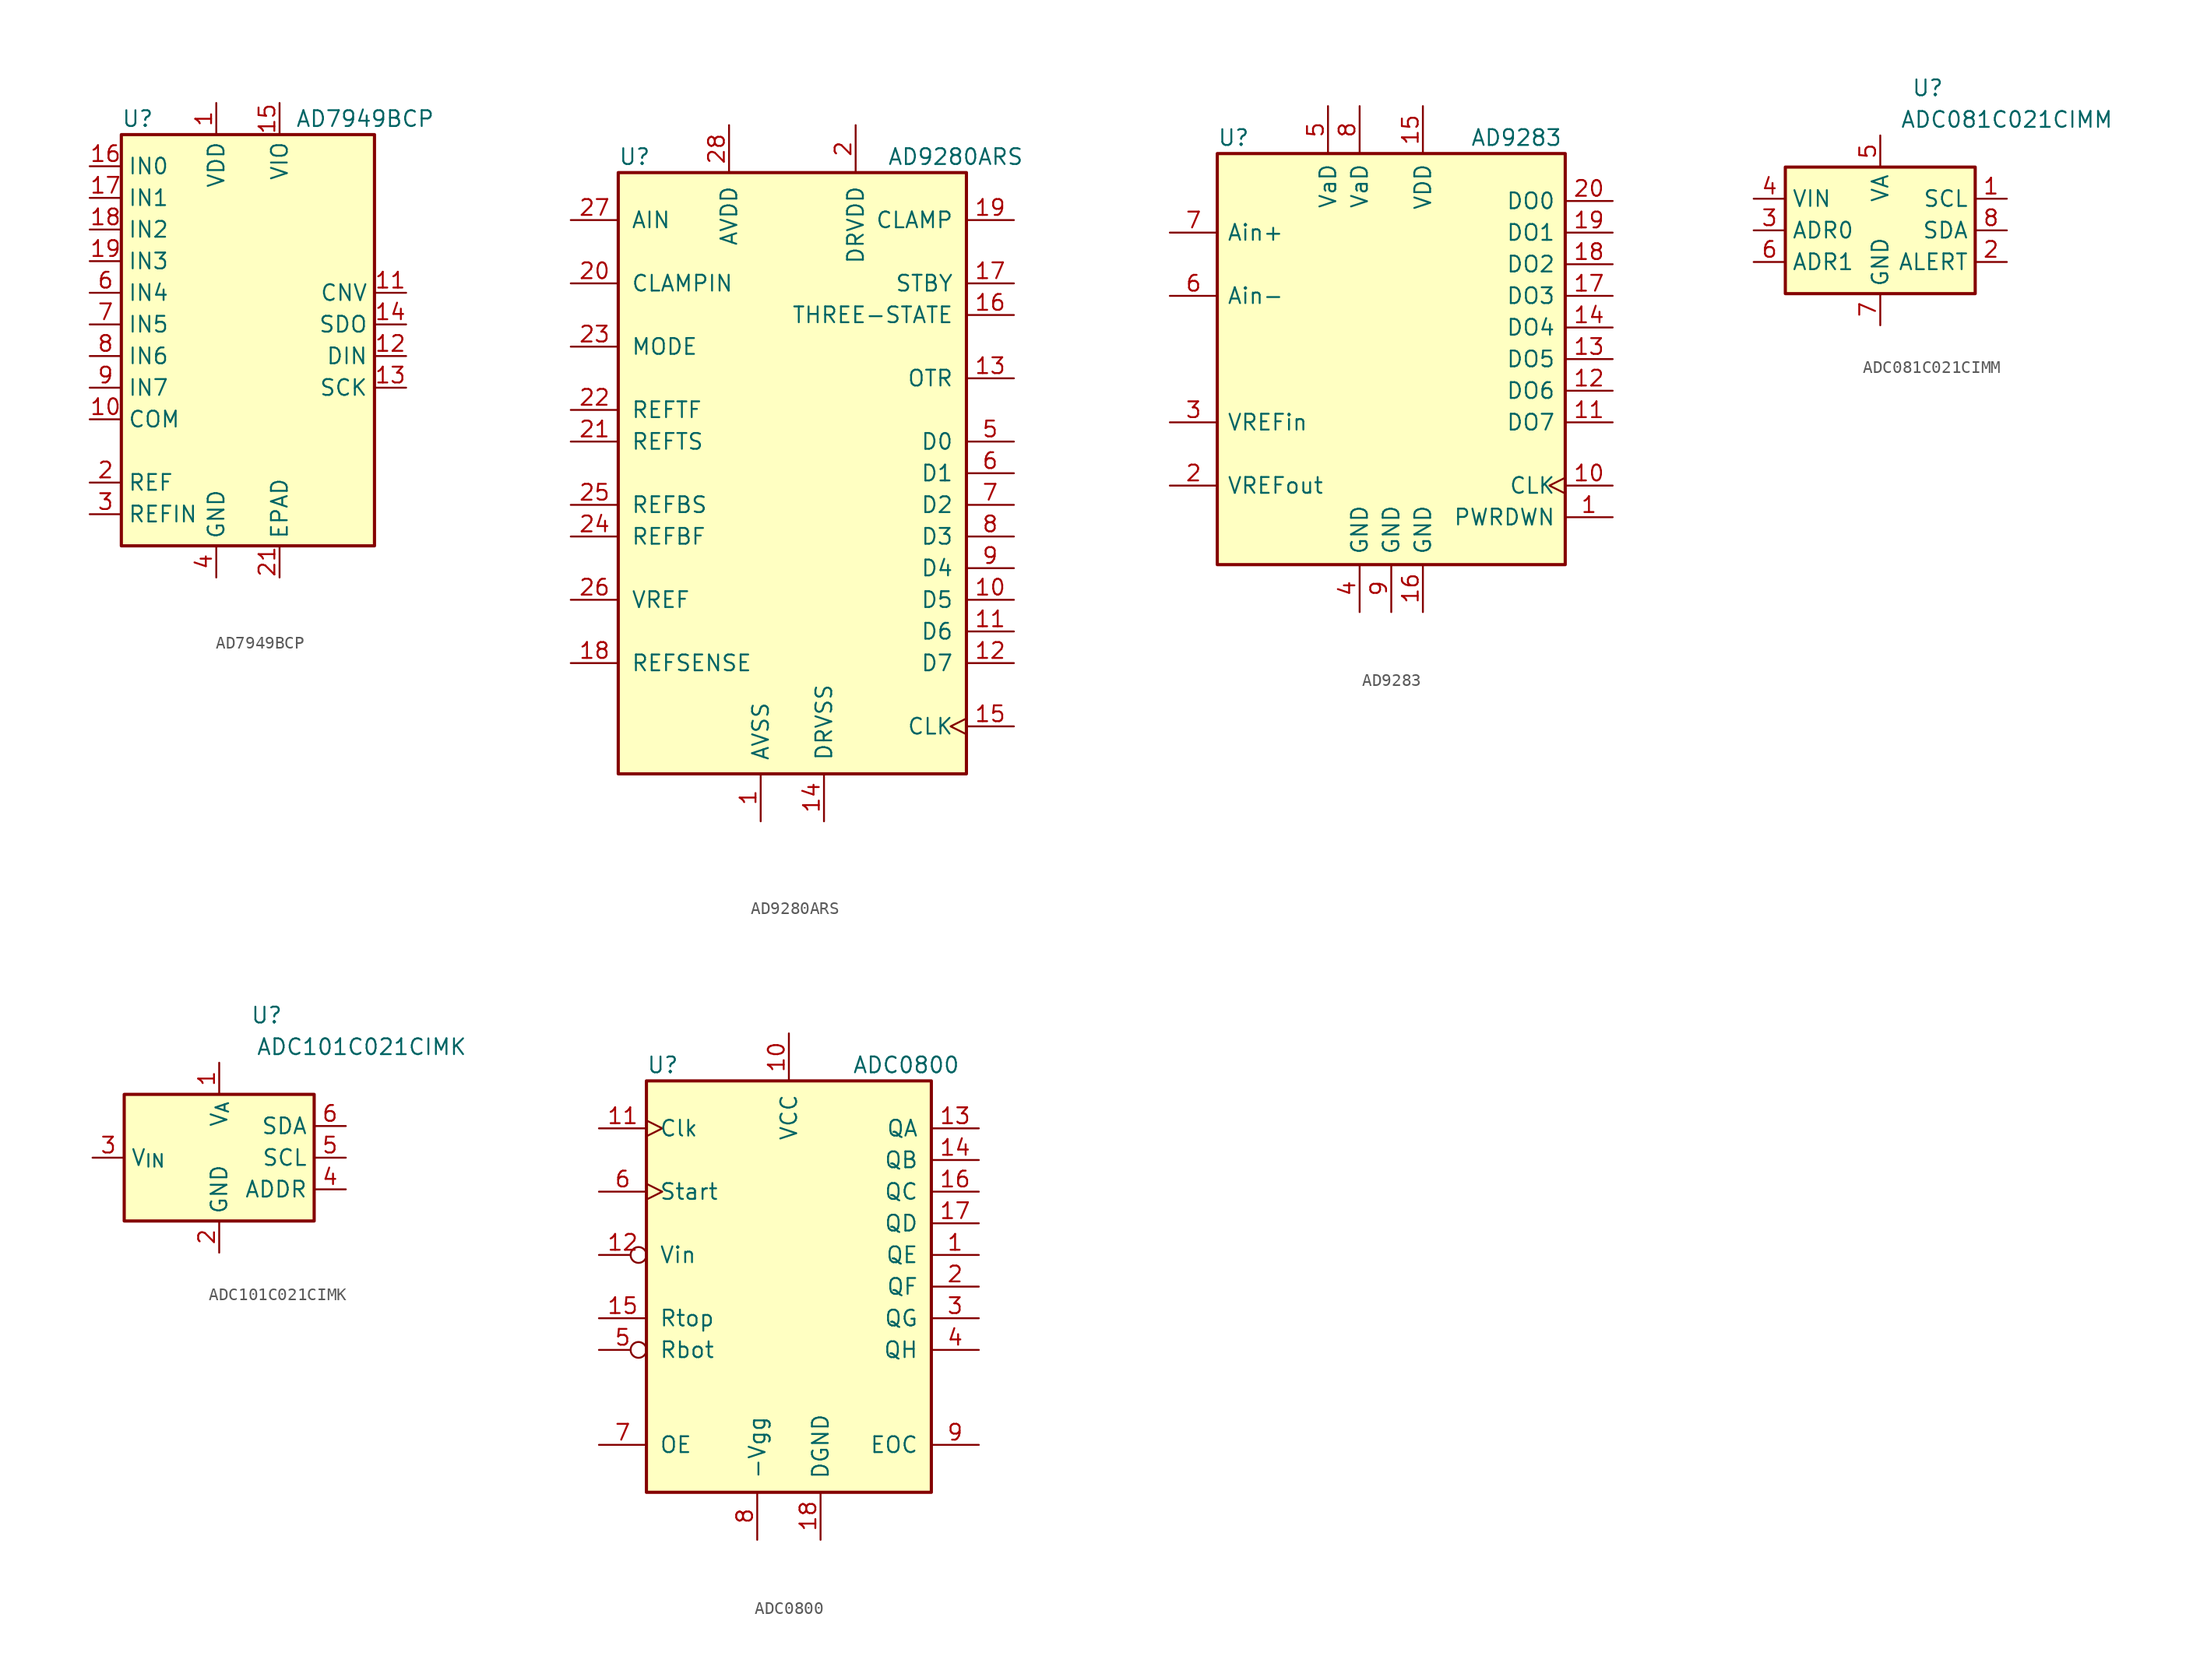
<source format=kicad_sym>
(kicad_symbol_lib
  (version 20211014)
  (generator kicad_symbol_editor)
  (symbol "AD7949BCP"
    (property "Reference" "U"
      (at -10.16 16.51 0)
      (effects (font (size 1.27 1.27)) (justify left)))
    (property "Value" "AD7949BCP"
      (at 3.81 16.51 0)
      (effects (font (size 1.27 1.27)) (justify left)))
    (symbol "AD7949BCP_0_1"
      (rectangle (start -10.16 15.24) (end 10.16 -17.78) (stroke (width 0.254) (type default) (color 0 0 0 0)) (fill (type background))))
    (symbol "AD7949BCP_1_1"
      (pin power_in line (at -2.54 17.78 270) (length 2.54) (name "VDD" (effects (font (size 1.27 1.27)))) (number "1" (effects (font (size 1.27 1.27)))))
      (pin input line (at -12.7 -7.62 0) (length 2.54) (name "COM" (effects (font (size 1.27 1.27)))) (number "10" (effects (font (size 1.27 1.27)))))
      (pin input line (at 12.7 2.54 180) (length 2.54) (name "CNV" (effects (font (size 1.27 1.27)))) (number "11" (effects (font (size 1.27 1.27)))))
      (pin input line (at 12.7 -2.54 180) (length 2.54) (name "DIN" (effects (font (size 1.27 1.27)))) (number "12" (effects (font (size 1.27 1.27)))))
      (pin input line (at 12.7 -5.08 180) (length 2.54) (name "SCK" (effects (font (size 1.27 1.27)))) (number "13" (effects (font (size 1.27 1.27)))))
      (pin output line (at 12.7 0 180) (length 2.54) (name "SDO" (effects (font (size 1.27 1.27)))) (number "14" (effects (font (size 1.27 1.27)))))
      (pin power_in line (at 2.54 17.78 270) (length 2.54) (name "VIO" (effects (font (size 1.27 1.27)))) (number "15" (effects (font (size 1.27 1.27)))))
      (pin input line (at -12.7 12.7 0) (length 2.54) (name "IN0" (effects (font (size 1.27 1.27)))) (number "16" (effects (font (size 1.27 1.27)))))
      (pin input line (at -12.7 10.16 0) (length 2.54) (name "IN1" (effects (font (size 1.27 1.27)))) (number "17" (effects (font (size 1.27 1.27)))))
      (pin input line (at -12.7 7.62 0) (length 2.54) (name "IN2" (effects (font (size 1.27 1.27)))) (number "18" (effects (font (size 1.27 1.27)))))
      (pin input line (at -12.7 5.08 0) (length 2.54) (name "IN3" (effects (font (size 1.27 1.27)))) (number "19" (effects (font (size 1.27 1.27)))))
      (pin passive line (at -12.7 -12.7 0) (length 2.54) (name "REF" (effects (font (size 1.27 1.27)))) (number "2" (effects (font (size 1.27 1.27)))))
      (pin passive line (at -2.54 17.78 270) (length 2.54) hide (name "VDD" (effects (font (size 1.27 1.27)))) (number "20" (effects (font (size 1.27 1.27)))))
      (pin power_in line (at 2.54 -20.32 90) (length 2.54) (name "EPAD" (effects (font (size 1.27 1.27)))) (number "21" (effects (font (size 1.27 1.27)))))
      (pin passive line (at -12.7 -15.24 0) (length 2.54) (name "REFIN" (effects (font (size 1.27 1.27)))) (number "3" (effects (font (size 1.27 1.27)))))
      (pin power_in line (at -2.54 -20.32 90) (length 2.54) (name "GND" (effects (font (size 1.27 1.27)))) (number "4" (effects (font (size 1.27 1.27)))))
      (pin passive line (at -2.54 -20.32 90) (length 2.54) hide (name "GND" (effects (font (size 1.27 1.27)))) (number "5" (effects (font (size 1.27 1.27)))))
      (pin input line (at -12.7 2.54 0) (length 2.54) (name "IN4" (effects (font (size 1.27 1.27)))) (number "6" (effects (font (size 1.27 1.27)))))
      (pin input line (at -12.7 0 0) (length 2.54) (name "IN5" (effects (font (size 1.27 1.27)))) (number "7" (effects (font (size 1.27 1.27)))))
      (pin input line (at -12.7 -2.54 0) (length 2.54) (name "IN6" (effects (font (size 1.27 1.27)))) (number "8" (effects (font (size 1.27 1.27)))))
      (pin input line (at -12.7 -5.08 0) (length 2.54) (name "IN7" (effects (font (size 1.27 1.27)))) (number "9" (effects (font (size 1.27 1.27)))))))
  (symbol "AD9280ARS"
    (pin_names
      (offset 1.016))
    (property "Reference" "U"
      (at -13.97 25.4 0)
      (effects (font (size 1.27 1.27)) (justify left)))
    (property "Value" "AD9280ARS"
      (at 7.62 25.4 0)
      (effects (font (size 1.27 1.27)) (justify left)))
    (symbol "AD9280ARS_0_1"
      (rectangle (start -13.97 24.13) (end 13.97 -24.13) (stroke (width 0.254) (type default) (color 0 0 0 0)) (fill (type background))))
    (symbol "AD9280ARS_1_1"
      (pin power_in line (at -2.54 -27.94 90) (length 3.81) (name "AVSS" (effects (font (size 1.27 1.27)))) (number "1" (effects (font (size 1.27 1.27)))))
      (pin output line (at 17.78 -10.16 180) (length 3.81) (name "D5" (effects (font (size 1.27 1.27)))) (number "10" (effects (font (size 1.27 1.27)))))
      (pin output line (at 17.78 -12.7 180) (length 3.81) (name "D6" (effects (font (size 1.27 1.27)))) (number "11" (effects (font (size 1.27 1.27)))))
      (pin output line (at 17.78 -15.24 180) (length 3.81) (name "D7" (effects (font (size 1.27 1.27)))) (number "12" (effects (font (size 1.27 1.27)))))
      (pin output line (at 17.78 7.62 180) (length 3.81) (name "OTR" (effects (font (size 1.27 1.27)))) (number "13" (effects (font (size 1.27 1.27)))))
      (pin power_in line (at 2.54 -27.94 90) (length 3.81) (name "DRVSS" (effects (font (size 1.27 1.27)))) (number "14" (effects (font (size 1.27 1.27)))))
      (pin input clock (at 17.78 -20.32 180) (length 3.81) (name "CLK" (effects (font (size 1.27 1.27)))) (number "15" (effects (font (size 1.27 1.27)))))
      (pin input line (at 17.78 12.7 180) (length 3.81) (name "THREE-STATE" (effects (font (size 1.27 1.27)))) (number "16" (effects (font (size 1.27 1.27)))))
      (pin passive line (at 17.78 15.24 180) (length 3.81) (name "STBY" (effects (font (size 1.27 1.27)))) (number "17" (effects (font (size 1.27 1.27)))))
      (pin input line (at -17.78 -15.24 0) (length 3.81) (name "REFSENSE" (effects (font (size 1.27 1.27)))) (number "18" (effects (font (size 1.27 1.27)))))
      (pin passive line (at 17.78 20.32 180) (length 3.81) (name "CLAMP" (effects (font (size 1.27 1.27)))) (number "19" (effects (font (size 1.27 1.27)))))
      (pin power_in line (at 5.08 27.94 270) (length 3.81) (name "DRVDD" (effects (font (size 1.27 1.27)))) (number "2" (effects (font (size 1.27 1.27)))))
      (pin input line (at -17.78 15.24 0) (length 3.81) (name "CLAMPIN" (effects (font (size 1.27 1.27)))) (number "20" (effects (font (size 1.27 1.27)))))
      (pin input line (at -17.78 2.54 0) (length 3.81) (name "REFTS" (effects (font (size 1.27 1.27)))) (number "21" (effects (font (size 1.27 1.27)))))
      (pin input line (at -17.78 5.08 0) (length 3.81) (name "REFTF" (effects (font (size 1.27 1.27)))) (number "22" (effects (font (size 1.27 1.27)))))
      (pin input line (at -17.78 10.16 0) (length 3.81) (name "MODE" (effects (font (size 1.27 1.27)))) (number "23" (effects (font (size 1.27 1.27)))))
      (pin input line (at -17.78 -5.08 0) (length 3.81) (name "REFBF" (effects (font (size 1.27 1.27)))) (number "24" (effects (font (size 1.27 1.27)))))
      (pin input line (at -17.78 -2.54 0) (length 3.81) (name "REFBS" (effects (font (size 1.27 1.27)))) (number "25" (effects (font (size 1.27 1.27)))))
      (pin output line (at -17.78 -10.16 0) (length 3.81) (name "VREF" (effects (font (size 1.27 1.27)))) (number "26" (effects (font (size 1.27 1.27)))))
      (pin input line (at -17.78 20.32 0) (length 3.81) (name "AIN" (effects (font (size 1.27 1.27)))) (number "27" (effects (font (size 1.27 1.27)))))
      (pin power_in line (at -5.08 27.94 270) (length 3.81) (name "AVDD" (effects (font (size 1.27 1.27)))) (number "28" (effects (font (size 1.27 1.27)))))
      (pin output line (at 17.78 2.54 180) (length 3.81) (name "D0" (effects (font (size 1.27 1.27)))) (number "5" (effects (font (size 1.27 1.27)))))
      (pin output line (at 17.78 0 180) (length 3.81) (name "D1" (effects (font (size 1.27 1.27)))) (number "6" (effects (font (size 1.27 1.27)))))
      (pin output line (at 17.78 -2.54 180) (length 3.81) (name "D2" (effects (font (size 1.27 1.27)))) (number "7" (effects (font (size 1.27 1.27)))))
      (pin output line (at 17.78 -5.08 180) (length 3.81) (name "D3" (effects (font (size 1.27 1.27)))) (number "8" (effects (font (size 1.27 1.27)))))
      (pin output line (at 17.78 -7.62 180) (length 3.81) (name "D4" (effects (font (size 1.27 1.27)))) (number "9" (effects (font (size 1.27 1.27)))))))
  (symbol "AD9283"
    (pin_names
      (offset 0.762))
    (property "Reference" "U"
      (at -13.97 17.78 0)
      (effects (font (size 1.27 1.27)) (justify left)))
    (property "Value" "AD9283"
      (at 6.35 17.78 0)
      (effects (font (size 1.27 1.27)) (justify left)))
    (symbol "AD9283_0_1"
      (rectangle (start -13.97 16.51) (end 13.97 -16.51) (stroke (width 0.254) (type default) (color 0 0 0 0)) (fill (type background))))
    (symbol "AD9283_1_1"
      (pin input line (at 17.78 -12.7 180) (length 3.81) (name "PWRDWN" (effects (font (size 1.27 1.27)))) (number "1" (effects (font (size 1.27 1.27)))))
      (pin input clock (at 17.78 -10.16 180) (length 3.81) (name "CLK" (effects (font (size 1.27 1.27)))) (number "10" (effects (font (size 1.27 1.27)))))
      (pin output line (at 17.78 -5.08 180) (length 3.81) (name "DO7" (effects (font (size 1.27 1.27)))) (number "11" (effects (font (size 1.27 1.27)))))
      (pin output line (at 17.78 -2.54 180) (length 3.81) (name "DO6" (effects (font (size 1.27 1.27)))) (number "12" (effects (font (size 1.27 1.27)))))
      (pin output line (at 17.78 0 180) (length 3.81) (name "DO5" (effects (font (size 1.27 1.27)))) (number "13" (effects (font (size 1.27 1.27)))))
      (pin output line (at 17.78 2.54 180) (length 3.81) (name "DO4" (effects (font (size 1.27 1.27)))) (number "14" (effects (font (size 1.27 1.27)))))
      (pin power_in line (at 2.54 20.32 270) (length 3.81) (name "VDD" (effects (font (size 1.27 1.27)))) (number "15" (effects (font (size 1.27 1.27)))))
      (pin power_in line (at 2.54 -20.32 90) (length 3.81) (name "GND" (effects (font (size 1.27 1.27)))) (number "16" (effects (font (size 1.27 1.27)))))
      (pin output line (at 17.78 5.08 180) (length 3.81) (name "DO3" (effects (font (size 1.27 1.27)))) (number "17" (effects (font (size 1.27 1.27)))))
      (pin output line (at 17.78 7.62 180) (length 3.81) (name "DO2" (effects (font (size 1.27 1.27)))) (number "18" (effects (font (size 1.27 1.27)))))
      (pin output line (at 17.78 10.16 180) (length 3.81) (name "DO1" (effects (font (size 1.27 1.27)))) (number "19" (effects (font (size 1.27 1.27)))))
      (pin input line (at -17.78 -10.16 0) (length 3.81) (name "VREFout" (effects (font (size 1.27 1.27)))) (number "2" (effects (font (size 1.27 1.27)))))
      (pin output line (at 17.78 12.7 180) (length 3.81) (name "DO0" (effects (font (size 1.27 1.27)))) (number "20" (effects (font (size 1.27 1.27)))))
      (pin input line (at -17.78 -5.08 0) (length 3.81) (name "VREFin" (effects (font (size 1.27 1.27)))) (number "3" (effects (font (size 1.27 1.27)))))
      (pin power_in line (at -2.54 -20.32 90) (length 3.81) (name "GND" (effects (font (size 1.27 1.27)))) (number "4" (effects (font (size 1.27 1.27)))))
      (pin power_in line (at -5.08 20.32 270) (length 3.81) (name "VaD" (effects (font (size 1.27 1.27)))) (number "5" (effects (font (size 1.27 1.27)))))
      (pin input line (at -17.78 5.08 0) (length 3.81) (name "Ain-" (effects (font (size 1.27 1.27)))) (number "6" (effects (font (size 1.27 1.27)))))
      (pin input line (at -17.78 10.16 0) (length 3.81) (name "Ain+" (effects (font (size 1.27 1.27)))) (number "7" (effects (font (size 1.27 1.27)))))
      (pin power_in line (at -2.54 20.32 270) (length 3.81) (name "VaD" (effects (font (size 1.27 1.27)))) (number "8" (effects (font (size 1.27 1.27)))))
      (pin power_in line (at 0 -20.32 90) (length 3.81) (name "GND" (effects (font (size 1.27 1.27)))) (number "9" (effects (font (size 1.27 1.27)))))))
  (symbol "ADC081C021CIMM"
    (property "Reference" "U"
      (at 3.81 11.43 0)
      (effects (font (size 1.27 1.27))))
    (property "Value" "ADC081C021CIMM"
      (at 10.16 8.89 0)
      (effects (font (size 1.27 1.27))))
    (symbol "ADC081C021CIMM_0_1"
      (rectangle (start -7.62 5.08) (end 7.62 -5.08) (stroke (width 0.254) (type default) (color 0 0 0 0)) (fill (type background))))
    (symbol "ADC081C021CIMM_1_1"
      (pin input line (at 10.16 2.54 180) (length 2.54) (name "SCL" (effects (font (size 1.27 1.27)))) (number "1" (effects (font (size 1.27 1.27)))))
      (pin open_collector line (at 10.16 -2.54 180) (length 2.54) (name "ALERT" (effects (font (size 1.27 1.27)))) (number "2" (effects (font (size 1.27 1.27)))))
      (pin input line (at -10.16 0 0) (length 2.54) (name "ADR0" (effects (font (size 1.27 1.27)))) (number "3" (effects (font (size 1.27 1.27)))))
      (pin input line (at -10.16 2.54 0) (length 2.54) (name "VIN" (effects (font (size 1.27 1.27)))) (number "4" (effects (font (size 1.27 1.27)))))
      (pin power_in line (at 0 7.62 270) (length 2.54) (name "VA" (effects (font (size 1.27 1.27)))) (number "5" (effects (font (size 1.27 1.27)))))
      (pin input line (at -10.16 -2.54 0) (length 2.54) (name "ADR1" (effects (font (size 1.27 1.27)))) (number "6" (effects (font (size 1.27 1.27)))))
      (pin power_in line (at 0 -7.62 90) (length 2.54) (name "GND" (effects (font (size 1.27 1.27)))) (number "7" (effects (font (size 1.27 1.27)))))
      (pin bidirectional line (at 10.16 0 180) (length 2.54) (name "SDA" (effects (font (size 1.27 1.27)))) (number "8" (effects (font (size 1.27 1.27)))))))
  (symbol "ADC101C021CIMK"
    (property "Reference" "U"
      (at 3.81 11.43 0)
      (effects (font (size 1.27 1.27))))
    (property "Value" "ADC101C021CIMK"
      (at 11.43 8.89 0)
      (effects (font (size 1.27 1.27))))
    (symbol "ADC101C021CIMK_0_1"
      (rectangle (start -7.62 5.08) (end 7.62 -5.08) (stroke (width 0.254) (type default) (color 0 0 0 0)) (fill (type background))))
    (symbol "ADC101C021CIMK_1_1"
      (pin power_in line (at 0 7.62 270) (length 2.54) (name "V_{A}" (effects (font (size 1.27 1.27)))) (number "1" (effects (font (size 1.27 1.27)))))
      (pin power_in line (at 0 -7.62 90) (length 2.54) (name "GND" (effects (font (size 1.27 1.27)))) (number "2" (effects (font (size 1.27 1.27)))))
      (pin input line (at -10.16 0 0) (length 2.54) (name "V_{IN}" (effects (font (size 1.27 1.27)))) (number "3" (effects (font (size 1.27 1.27)))))
      (pin input line (at 10.16 -2.54 180) (length 2.54) (name "ADDR" (effects (font (size 1.27 1.27)))) (number "4" (effects (font (size 1.27 1.27)))))
      (pin input line (at 10.16 0 180) (length 2.54) (name "SCL" (effects (font (size 1.27 1.27)))) (number "5" (effects (font (size 1.27 1.27)))))
      (pin bidirectional line (at 10.16 2.54 180) (length 2.54) (name "SDA" (effects (font (size 1.27 1.27)))) (number "6" (effects (font (size 1.27 1.27)))))))
  (symbol "ADC0800"
    (pin_names
      (offset 1.016))
    (property "Reference" "U"
      (at -11.43 17.78 0)
      (effects (font (size 1.27 1.27)) (justify left)))
    (property "Value" "ADC0800"
      (at 5.08 17.78 0)
      (effects (font (size 1.27 1.27)) (justify left)))
    (symbol "ADC0800_0_1"
      (rectangle (start -11.43 -16.51) (end 11.43 16.51) (stroke (width 0.254) (type default) (color 0 0 0 0)) (fill (type background))))
    (symbol "ADC0800_1_1"
      (pin tri_state line (at 15.24 2.54 180) (length 3.81) (name "QE" (effects (font (size 1.27 1.27)))) (number "1" (effects (font (size 1.27 1.27)))))
      (pin power_in line (at 0 20.32 270) (length 3.81) (name "VCC" (effects (font (size 1.27 1.27)))) (number "10" (effects (font (size 1.27 1.27)))))
      (pin input clock (at -15.24 12.7 0) (length 3.81) (name "Clk" (effects (font (size 1.27 1.27)))) (number "11" (effects (font (size 1.27 1.27)))))
      (pin input inverted (at -15.24 2.54 0) (length 3.81) (name "Vin" (effects (font (size 1.27 1.27)))) (number "12" (effects (font (size 1.27 1.27)))))
      (pin tri_state line (at 15.24 12.7 180) (length 3.81) (name "QA" (effects (font (size 1.27 1.27)))) (number "13" (effects (font (size 1.27 1.27)))))
      (pin tri_state line (at 15.24 10.16 180) (length 3.81) (name "QB" (effects (font (size 1.27 1.27)))) (number "14" (effects (font (size 1.27 1.27)))))
      (pin input line (at -15.24 -2.54 0) (length 3.81) (name "Rtop" (effects (font (size 1.27 1.27)))) (number "15" (effects (font (size 1.27 1.27)))))
      (pin tri_state line (at 15.24 7.62 180) (length 3.81) (name "QC" (effects (font (size 1.27 1.27)))) (number "16" (effects (font (size 1.27 1.27)))))
      (pin tri_state line (at 15.24 5.08 180) (length 3.81) (name "QD" (effects (font (size 1.27 1.27)))) (number "17" (effects (font (size 1.27 1.27)))))
      (pin power_in line (at 2.54 -20.32 90) (length 3.81) (name "DGND" (effects (font (size 1.27 1.27)))) (number "18" (effects (font (size 1.27 1.27)))))
      (pin tri_state line (at 15.24 0 180) (length 3.81) (name "QF" (effects (font (size 1.27 1.27)))) (number "2" (effects (font (size 1.27 1.27)))))
      (pin tri_state line (at 15.24 -2.54 180) (length 3.81) (name "QG" (effects (font (size 1.27 1.27)))) (number "3" (effects (font (size 1.27 1.27)))))
      (pin tri_state line (at 15.24 -5.08 180) (length 3.81) (name "QH" (effects (font (size 1.27 1.27)))) (number "4" (effects (font (size 1.27 1.27)))))
      (pin input inverted (at -15.24 -5.08 0) (length 3.81) (name "Rbot" (effects (font (size 1.27 1.27)))) (number "5" (effects (font (size 1.27 1.27)))))
      (pin input clock (at -15.24 7.62 0) (length 3.81) (name "Start" (effects (font (size 1.27 1.27)))) (number "6" (effects (font (size 1.27 1.27)))))
      (pin input line (at -15.24 -12.7 0) (length 3.81) (name "OE" (effects (font (size 1.27 1.27)))) (number "7" (effects (font (size 1.27 1.27)))))
      (pin power_in line (at -2.54 -20.32 90) (length 3.81) (name "-Vgg" (effects (font (size 1.27 1.27)))) (number "8" (effects (font (size 1.27 1.27)))))
      (pin output line (at 15.24 -12.7 180) (length 3.81) (name "EOC" (effects (font (size 1.27 1.27)))) (number "9" (effects (font (size 1.27 1.27))))))))
</source>
